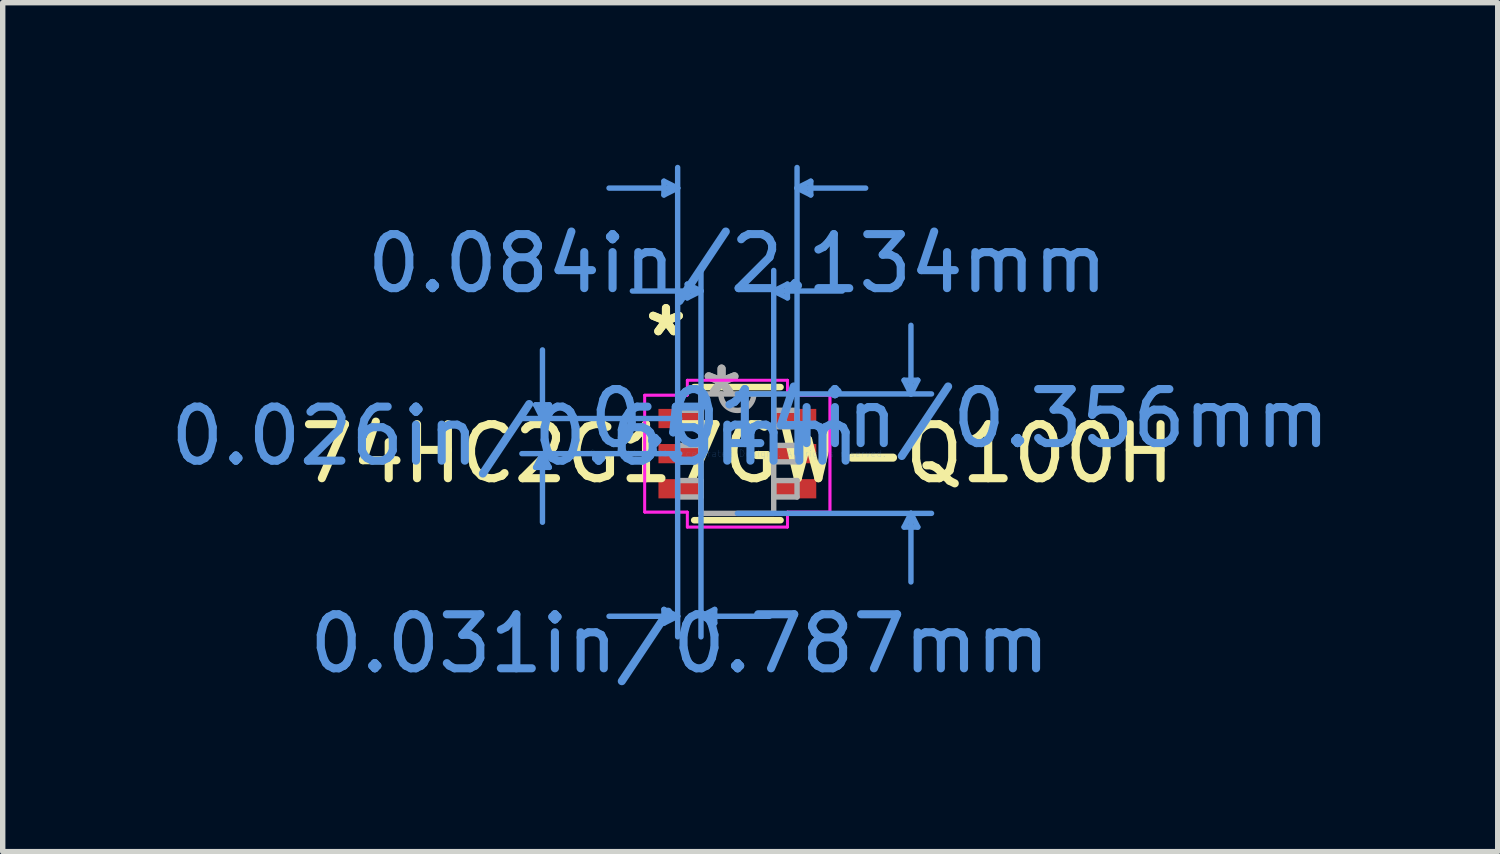
<source format=kicad_pcb>
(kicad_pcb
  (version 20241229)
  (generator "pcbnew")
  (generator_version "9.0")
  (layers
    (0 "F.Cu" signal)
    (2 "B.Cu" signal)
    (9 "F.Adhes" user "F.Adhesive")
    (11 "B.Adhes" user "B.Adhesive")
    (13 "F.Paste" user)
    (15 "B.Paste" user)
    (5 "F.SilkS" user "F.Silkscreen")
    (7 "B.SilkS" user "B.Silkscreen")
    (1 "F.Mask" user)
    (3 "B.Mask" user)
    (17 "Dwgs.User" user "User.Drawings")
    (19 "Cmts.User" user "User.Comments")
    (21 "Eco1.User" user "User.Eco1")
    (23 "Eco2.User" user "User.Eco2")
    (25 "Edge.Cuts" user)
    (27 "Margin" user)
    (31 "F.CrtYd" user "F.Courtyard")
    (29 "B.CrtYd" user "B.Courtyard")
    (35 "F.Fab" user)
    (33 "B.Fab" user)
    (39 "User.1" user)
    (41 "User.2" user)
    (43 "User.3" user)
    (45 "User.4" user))
  (footprint "74HC2G17GW-Q100H"
    (layer "F.Cu")
    (at 10.597 5.346)
    (property "Reference" "74HC2G17GW-Q100H" (at 0 0 0) (layer "F.SilkS") (effects (font (size 1 1) (thickness 0.15))))
    (attr through_hole)
    (fp_line (start -0.8 1.232) (end 0.8 1.232) (stroke (width 0.12) (type solid)) (layer "F.SilkS"))
    (fp_line (start 0.8 -1.232) (end -0.8 -1.232) (stroke (width 0.12) (type solid)) (layer "F.SilkS"))
    (fp_line (start -3.734 -0.904) (end -3.48 -0.904) (stroke (width 0.1) (type solid)) (layer "Cmts.User"))
    (fp_line (start -3.734 0.254) (end -3.48 0.254) (stroke (width 0.1) (type solid)) (layer "Cmts.User"))
    (fp_line (start -3.607 -0.65) (end -3.734 -0.904) (stroke (width 0.1) (type solid)) (layer "Cmts.User"))
    (fp_line (start -3.607 -0.65) (end -3.607 -1.92) (stroke (width 0.1) (type solid)) (layer "Cmts.User"))
    (fp_line (start -3.607 -0.65) (end -3.48 -0.904) (stroke (width 0.1) (type solid)) (layer "Cmts.User"))
    (fp_line (start -3.607 0) (end -3.734 0.254) (stroke (width 0.1) (type solid)) (layer "Cmts.User"))
    (fp_line (start -3.607 0) (end -3.607 1.27) (stroke (width 0.1) (type solid)) (layer "Cmts.User"))
    (fp_line (start -3.607 0) (end -3.48 0.254) (stroke (width 0.1) (type solid)) (layer "Cmts.User"))
    (fp_line (start -1.359 -5.042) (end -1.359 -4.788) (stroke (width 0.1) (type solid)) (layer "Cmts.User"))
    (fp_line (start -1.359 2.883) (end -1.359 3.137) (stroke (width 0.1) (type solid)) (layer "Cmts.User"))
    (fp_line (start -1.105 -4.915) (end -2.375 -4.915) (stroke (width 0.1) (type solid)) (layer "Cmts.User"))
    (fp_line (start -1.105 -4.915) (end -1.359 -5.042) (stroke (width 0.1) (type solid)) (layer "Cmts.User"))
    (fp_line (start -1.105 -4.915) (end -1.359 -4.788) (stroke (width 0.1) (type solid)) (layer "Cmts.User"))
    (fp_line (start -1.105 0) (end -1.105 -5.296) (stroke (width 0.1) (type solid)) (layer "Cmts.User"))
    (fp_line (start -1.105 0) (end -1.105 3.391) (stroke (width 0.1) (type solid)) (layer "Cmts.User"))
    (fp_line (start -1.105 3.01) (end -2.375 3.01) (stroke (width 0.1) (type solid)) (layer "Cmts.User"))
    (fp_line (start -1.105 3.01) (end -1.359 2.883) (stroke (width 0.1) (type solid)) (layer "Cmts.User"))
    (fp_line (start -1.105 3.01) (end -1.359 3.137) (stroke (width 0.1) (type solid)) (layer "Cmts.User"))
    (fp_line (start -1.067 -0.65) (end -3.988 -0.65) (stroke (width 0.1) (type solid)) (layer "Cmts.User"))
    (fp_line (start -1.067 0) (end -3.988 0) (stroke (width 0.1) (type solid)) (layer "Cmts.User"))
    (fp_line (start -0.927 -3.137) (end -0.927 -2.883) (stroke (width 0.1) (type solid)) (layer "Cmts.User"))
    (fp_line (start -0.673 -3.01) (end -1.943 -3.01) (stroke (width 0.1) (type solid)) (layer "Cmts.User"))
    (fp_line (start -0.673 -3.01) (end -0.927 -3.137) (stroke (width 0.1) (type solid)) (layer "Cmts.User"))
    (fp_line (start -0.673 -3.01) (end -0.927 -2.883) (stroke (width 0.1) (type solid)) (layer "Cmts.User"))
    (fp_line (start -0.673 0) (end -0.673 -3.391) (stroke (width 0.1) (type solid)) (layer "Cmts.User"))
    (fp_line (start -0.673 0) (end -0.673 3.391) (stroke (width 0.1) (type solid)) (layer "Cmts.User"))
    (fp_line (start -0.673 3.01) (end -0.419 2.883) (stroke (width 0.1) (type solid)) (layer "Cmts.User"))
    (fp_line (start -0.673 3.01) (end -0.419 3.137) (stroke (width 0.1) (type solid)) (layer "Cmts.User"))
    (fp_line (start -0.673 3.01) (end 0.597 3.01) (stroke (width 0.1) (type solid)) (layer "Cmts.User"))
    (fp_line (start -0.419 2.883) (end -0.419 3.137) (stroke (width 0.1) (type solid)) (layer "Cmts.User"))
    (fp_line (start 0 -1.105) (end 3.594 -1.105) (stroke (width 0.1) (type solid)) (layer "Cmts.User"))
    (fp_line (start 0 1.105) (end 3.594 1.105) (stroke (width 0.1) (type solid)) (layer "Cmts.User"))
    (fp_line (start 0.673 -3.01) (end 0.927 -3.137) (stroke (width 0.1) (type solid)) (layer "Cmts.User"))
    (fp_line (start 0.673 -3.01) (end 0.927 -2.883) (stroke (width 0.1) (type solid)) (layer "Cmts.User"))
    (fp_line (start 0.673 -3.01) (end 1.943 -3.01) (stroke (width 0.1) (type solid)) (layer "Cmts.User"))
    (fp_line (start 0.673 0) (end 0.673 -3.391) (stroke (width 0.1) (type solid)) (layer "Cmts.User"))
    (fp_line (start 0.927 -3.137) (end 0.927 -2.883) (stroke (width 0.1) (type solid)) (layer "Cmts.User"))
    (fp_line (start 1.105 -4.915) (end 1.359 -5.042) (stroke (width 0.1) (type solid)) (layer "Cmts.User"))
    (fp_line (start 1.105 -4.915) (end 1.359 -4.788) (stroke (width 0.1) (type solid)) (layer "Cmts.User"))
    (fp_line (start 1.105 -4.915) (end 2.375 -4.915) (stroke (width 0.1) (type solid)) (layer "Cmts.User"))
    (fp_line (start 1.105 0) (end 1.105 -5.296) (stroke (width 0.1) (type solid)) (layer "Cmts.User"))
    (fp_line (start 1.359 -5.042) (end 1.359 -4.788) (stroke (width 0.1) (type solid)) (layer "Cmts.User"))
    (fp_line (start 3.086 -1.359) (end 3.34 -1.359) (stroke (width 0.1) (type solid)) (layer "Cmts.User"))
    (fp_line (start 3.086 1.359) (end 3.34 1.359) (stroke (width 0.1) (type solid)) (layer "Cmts.User"))
    (fp_line (start 3.213 -1.105) (end 3.086 -1.359) (stroke (width 0.1) (type solid)) (layer "Cmts.User"))
    (fp_line (start 3.213 -1.105) (end 3.213 -2.375) (stroke (width 0.1) (type solid)) (layer "Cmts.User"))
    (fp_line (start 3.213 -1.105) (end 3.34 -1.359) (stroke (width 0.1) (type solid)) (layer "Cmts.User"))
    (fp_line (start 3.213 1.105) (end 3.086 1.359) (stroke (width 0.1) (type solid)) (layer "Cmts.User"))
    (fp_line (start 3.213 1.105) (end 3.213 2.375) (stroke (width 0.1) (type solid)) (layer "Cmts.User"))
    (fp_line (start 3.213 1.105) (end 3.34 1.359) (stroke (width 0.1) (type solid)) (layer "Cmts.User"))
    (fp_line (start -1.714 -1.082) (end -0.927 -1.082) (stroke (width 0.05) (type solid)) (layer "F.CrtYd"))
    (fp_line (start -1.714 -1.082) (end -0.927 -1.082) (stroke (width 0.05) (type solid)) (layer "F.CrtYd"))
    (fp_line (start -1.714 1.082) (end -1.714 -1.082) (stroke (width 0.05) (type solid)) (layer "F.CrtYd"))
    (fp_line (start -1.714 1.082) (end -1.714 -1.082) (stroke (width 0.05) (type solid)) (layer "F.CrtYd"))
    (fp_line (start -1.714 1.082) (end -0.927 1.082) (stroke (width 0.05) (type solid)) (layer "F.CrtYd"))
    (fp_line (start -0.927 -1.359) (end 0.927 -1.359) (stroke (width 0.05) (type solid)) (layer "F.CrtYd"))
    (fp_line (start -0.927 -1.359) (end 0.927 -1.359) (stroke (width 0.05) (type solid)) (layer "F.CrtYd"))
    (fp_line (start -0.927 -1.082) (end -0.927 -1.359) (stroke (width 0.05) (type solid)) (layer "F.CrtYd"))
    (fp_line (start -0.927 -1.082) (end -0.927 -1.359) (stroke (width 0.05) (type solid)) (layer "F.CrtYd"))
    (fp_line (start -0.927 1.082) (end -1.714 1.082) (stroke (width 0.05) (type solid)) (layer "F.CrtYd"))
    (fp_line (start -0.927 1.359) (end -0.927 1.082) (stroke (width 0.05) (type solid)) (layer "F.CrtYd"))
    (fp_line (start -0.927 1.359) (end -0.927 1.082) (stroke (width 0.05) (type solid)) (layer "F.CrtYd"))
    (fp_line (start 0.927 -1.359) (end 0.927 -1.082) (stroke (width 0.05) (type solid)) (layer "F.CrtYd"))
    (fp_line (start 0.927 -1.359) (end 0.927 -1.082) (stroke (width 0.05) (type solid)) (layer "F.CrtYd"))
    (fp_line (start 0.927 -1.082) (end 1.714 -1.082) (stroke (width 0.05) (type solid)) (layer "F.CrtYd"))
    (fp_line (start 0.927 1.082) (end 0.927 1.359) (stroke (width 0.05) (type solid)) (layer "F.CrtYd"))
    (fp_line (start 0.927 1.082) (end 0.927 1.359) (stroke (width 0.05) (type solid)) (layer "F.CrtYd"))
    (fp_line (start 0.927 1.359) (end -0.927 1.359) (stroke (width 0.05) (type solid)) (layer "F.CrtYd"))
    (fp_line (start 0.927 1.359) (end -0.927 1.359) (stroke (width 0.05) (type solid)) (layer "F.CrtYd"))
    (fp_line (start 1.714 -1.082) (end 0.927 -1.082) (stroke (width 0.05) (type solid)) (layer "F.CrtYd"))
    (fp_line (start 1.714 -1.082) (end 1.714 1.082) (stroke (width 0.05) (type solid)) (layer "F.CrtYd"))
    (fp_line (start 1.714 -1.082) (end 1.714 1.082) (stroke (width 0.05) (type solid)) (layer "F.CrtYd"))
    (fp_line (start 1.714 1.082) (end 0.927 1.082) (stroke (width 0.05) (type solid)) (layer "F.CrtYd"))
    (fp_line (start 1.714 1.082) (end 0.927 1.082) (stroke (width 0.05) (type solid)) (layer "F.CrtYd"))
    (fp_line (start -1.105 -0.802) (end -1.105 -0.498) (stroke (width 0.1) (type solid)) (layer "F.Fab"))
    (fp_line (start -1.105 -0.498) (end -0.673 -0.498) (stroke (width 0.1) (type solid)) (layer "F.Fab"))
    (fp_line (start -1.105 -0.152) (end -1.105 0.152) (stroke (width 0.1) (type solid)) (layer "F.Fab"))
    (fp_line (start -1.105 0.152) (end -0.673 0.152) (stroke (width 0.1) (type solid)) (layer "F.Fab"))
    (fp_line (start -1.105 0.498) (end -1.105 0.802) (stroke (width 0.1) (type solid)) (layer "F.Fab"))
    (fp_line (start -1.105 0.802) (end -0.673 0.802) (stroke (width 0.1) (type solid)) (layer "F.Fab"))
    (fp_line (start -0.673 -1.105) (end -0.673 1.105) (stroke (width 0.1) (type solid)) (layer "F.Fab"))
    (fp_line (start -0.673 -0.802) (end -1.105 -0.802) (stroke (width 0.1) (type solid)) (layer "F.Fab"))
    (fp_line (start -0.673 -0.498) (end -0.673 -0.802) (stroke (width 0.1) (type solid)) (layer "F.Fab"))
    (fp_line (start -0.673 -0.152) (end -1.105 -0.152) (stroke (width 0.1) (type solid)) (layer "F.Fab"))
    (fp_line (start -0.673 0.152) (end -0.673 -0.152) (stroke (width 0.1) (type solid)) (layer "F.Fab"))
    (fp_line (start -0.673 0.498) (end -1.105 0.498) (stroke (width 0.1) (type solid)) (layer "F.Fab"))
    (fp_line (start -0.673 0.802) (end -0.673 0.498) (stroke (width 0.1) (type solid)) (layer "F.Fab"))
    (fp_line (start -0.673 1.105) (end 0.673 1.105) (stroke (width 0.1) (type solid)) (layer "F.Fab"))
    (fp_line (start 0.673 -1.105) (end -0.673 -1.105) (stroke (width 0.1) (type solid)) (layer "F.Fab"))
    (fp_line (start 0.673 -0.802) (end 0.673 -0.498) (stroke (width 0.1) (type solid)) (layer "F.Fab"))
    (fp_line (start 0.673 -0.498) (end 1.105 -0.498) (stroke (width 0.1) (type solid)) (layer "F.Fab"))
    (fp_line (start 0.673 -0.152) (end 0.673 0.152) (stroke (width 0.1) (type solid)) (layer "F.Fab"))
    (fp_line (start 0.673 0.152) (end 1.105 0.152) (stroke (width 0.1) (type solid)) (layer "F.Fab"))
    (fp_line (start 0.673 0.498) (end 0.673 0.802) (stroke (width 0.1) (type solid)) (layer "F.Fab"))
    (fp_line (start 0.673 0.802) (end 1.105 0.802) (stroke (width 0.1) (type solid)) (layer "F.Fab"))
    (fp_line (start 0.673 1.105) (end 0.673 -1.105) (stroke (width 0.1) (type solid)) (layer "F.Fab"))
    (fp_line (start 1.105 -0.802) (end 0.673 -0.802) (stroke (width 0.1) (type solid)) (layer "F.Fab"))
    (fp_line (start 1.105 -0.498) (end 1.105 -0.802) (stroke (width 0.1) (type solid)) (layer "F.Fab"))
    (fp_line (start 1.105 -0.152) (end 0.673 -0.152) (stroke (width 0.1) (type solid)) (layer "F.Fab"))
    (fp_line (start 1.105 0.152) (end 1.105 -0.152) (stroke (width 0.1) (type solid)) (layer "F.Fab"))
    (fp_line (start 1.105 0.498) (end 0.673 0.498) (stroke (width 0.1) (type solid)) (layer "F.Fab"))
    (fp_line (start 1.105 0.802) (end 1.105 0.498) (stroke (width 0.1) (type solid)) (layer "F.Fab"))
    (fp_arc (start 0.3048 -1.1049) (mid 0 -0.8001) (end -0.3048 -1.1049) (stroke (width 0.1) (type solid)) (layer "F.Fab"))
    (fp_text user "*" (at -1.321 -2.149 0) (layer "F.SilkS") (effects (font (size 1 1) (thickness 0.15))))
    (fp_text user "*" (at -1.321 -2.149 0) (layer "F.SilkS") (effects (font (size 1 1) (thickness 0.15))))
    (fp_text user "0.031in/0.787mm" (at -1.067 3.518 0) (layer "Cmts.User") (effects (font (size 1 1) (thickness 0.15))))
    (fp_text user "0.014in/0.356mm" (at 4.115 -0.65 0) (layer "Cmts.User") (effects (font (size 1 1) (thickness 0.15))))
    (fp_text user "0.026in/0.65mm" (at -4.115 -0.325 0) (layer "Cmts.User") (effects (font (size 1 1) (thickness 0.15))))
    (fp_text user "Copyright 2021 Accelerated Designs. All rights reserved." (at 0 0 0) (layer "Cmts.User") (effects (font (size 0.127 0.127) (thickness 0.002))))
    (fp_text user "0.084in/2.134mm" (at 0 -3.518 0) (layer "Cmts.User") (effects (font (size 1 1) (thickness 0.15))))
    (fp_text user "*" (at -0.292 -1.029 0) (layer "F.Fab") (effects (font (size 1 1) (thickness 0.15))))
    (fp_text user "*" (at -0.292 -1.029 0) (layer "F.Fab") (effects (font (size 1 1) (thickness 0.15))))
    (pad "1" smd rect (at -1.067 -0.65) (size 0.787 0.356) (layers "F.Cu" "F.Mask" "F.Paste"))
    (pad "2" smd rect (at -1.067 0) (size 0.787 0.356) (layers "F.Cu" "F.Mask" "F.Paste"))
    (pad "3" smd rect (at -1.067 0.65) (size 0.787 0.356) (layers "F.Cu" "F.Mask" "F.Paste"))
    (pad "4" smd rect (at 1.067 0.65) (size 0.787 0.356) (layers "F.Cu" "F.Mask" "F.Paste"))
    (pad "5" smd rect (at 1.067 0) (size 0.787 0.356) (layers "F.Cu" "F.Mask" "F.Paste"))
    (pad "6" smd rect (at 1.067 -0.65) (size 0.787 0.356) (layers "F.Cu" "F.Mask" "F.Paste")))
  (gr_rect
    (start -3 -3)
    (end 24.67 12.712)
    (stroke (width 0.1) (type default))
    (fill no)
    (layer "Edge.Cuts")))
</source>
